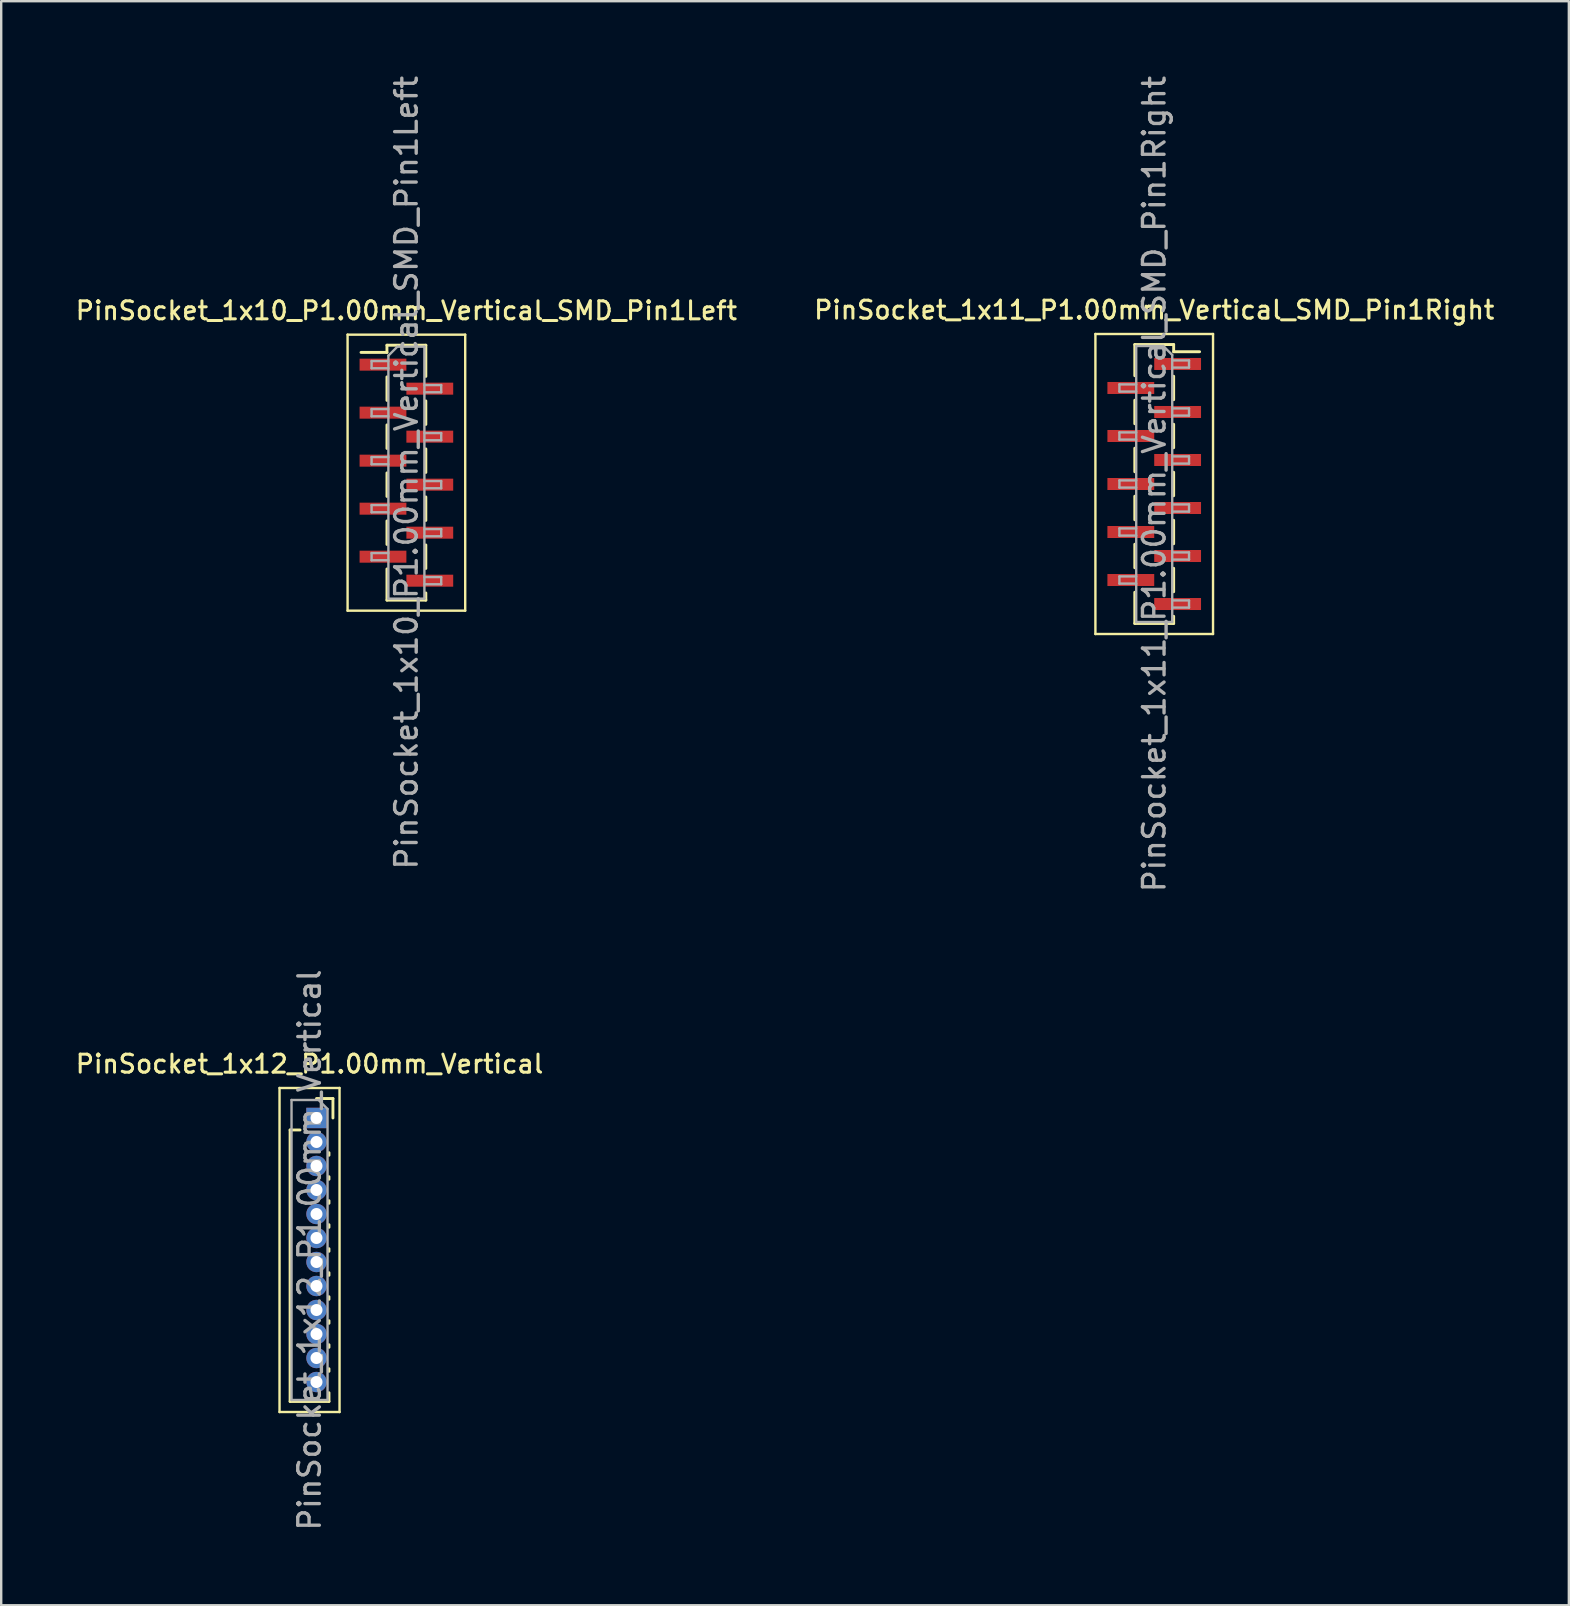
<source format=kicad_pcb>
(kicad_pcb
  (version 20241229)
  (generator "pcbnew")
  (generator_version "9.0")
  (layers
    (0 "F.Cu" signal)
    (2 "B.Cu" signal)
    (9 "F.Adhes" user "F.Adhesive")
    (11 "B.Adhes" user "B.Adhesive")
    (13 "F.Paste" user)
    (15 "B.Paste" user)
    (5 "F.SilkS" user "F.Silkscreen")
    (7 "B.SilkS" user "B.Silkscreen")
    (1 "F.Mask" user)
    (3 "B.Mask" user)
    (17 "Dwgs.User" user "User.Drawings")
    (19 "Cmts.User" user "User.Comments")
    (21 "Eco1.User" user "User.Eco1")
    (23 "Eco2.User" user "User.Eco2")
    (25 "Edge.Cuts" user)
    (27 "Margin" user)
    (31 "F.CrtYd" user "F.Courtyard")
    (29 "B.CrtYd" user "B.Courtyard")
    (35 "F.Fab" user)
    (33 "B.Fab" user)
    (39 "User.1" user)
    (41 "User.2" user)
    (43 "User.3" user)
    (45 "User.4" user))
  (footprint "PinSocket_1x11_P1.00mm_Vertical_SMD_Pin1Right"
    (layer "F.Cu")
    (at 45.034 17.113)
    (property "Reference" "PinSocket_1x11_P1.00mm_Vertical_SMD_Pin1Right" (at 0 -7.25 0) (layer "F.SilkS") (effects (font (size 0.75 0.75) (thickness 0.125))))
    (attr smd)
    (fp_line (start -2.45 -6.25) (end 2.45 -6.25) (stroke (width 0.1) (type solid)) (layer "F.SilkS"))
    (fp_line (start -2.45 6.25) (end -2.45 -6.25) (stroke (width 0.1) (type solid)) (layer "F.SilkS"))
    (fp_line (start -0.81 -5.81) (end -0.81 -4.51) (stroke (width 0.12) (type solid)) (layer "F.SilkS"))
    (fp_line (start -0.81 -5.81) (end 0.81 -5.81) (stroke (width 0.12) (type solid)) (layer "F.SilkS"))
    (fp_line (start -0.81 -3.49) (end -0.81 -2.51) (stroke (width 0.12) (type solid)) (layer "F.SilkS"))
    (fp_line (start -0.81 -1.49) (end -0.81 -0.51) (stroke (width 0.12) (type solid)) (layer "F.SilkS"))
    (fp_line (start -0.81 0.51) (end -0.81 1.49) (stroke (width 0.12) (type solid)) (layer "F.SilkS"))
    (fp_line (start -0.81 2.51) (end -0.81 3.49) (stroke (width 0.12) (type solid)) (layer "F.SilkS"))
    (fp_line (start -0.81 4.51) (end -0.81 5.81) (stroke (width 0.12) (type solid)) (layer "F.SilkS"))
    (fp_line (start -0.81 5.81) (end 0.81 5.81) (stroke (width 0.12) (type solid)) (layer "F.SilkS"))
    (fp_line (start 0.81 -5.81) (end 0.81 -5.51) (stroke (width 0.12) (type solid)) (layer "F.SilkS"))
    (fp_line (start 0.81 -5.51) (end 1.89 -5.51) (stroke (width 0.12) (type solid)) (layer "F.SilkS"))
    (fp_line (start 0.81 -4.49) (end 0.81 -3.51) (stroke (width 0.12) (type solid)) (layer "F.SilkS"))
    (fp_line (start 0.81 -2.49) (end 0.81 -1.51) (stroke (width 0.12) (type solid)) (layer "F.SilkS"))
    (fp_line (start 0.81 -0.49) (end 0.81 0.49) (stroke (width 0.12) (type solid)) (layer "F.SilkS"))
    (fp_line (start 0.81 1.51) (end 0.81 2.49) (stroke (width 0.12) (type solid)) (layer "F.SilkS"))
    (fp_line (start 0.81 3.51) (end 0.81 4.49) (stroke (width 0.12) (type solid)) (layer "F.SilkS"))
    (fp_line (start 0.81 5.51) (end 0.81 5.81) (stroke (width 0.12) (type solid)) (layer "F.SilkS"))
    (fp_line (start 2.45 -6.25) (end 2.45 6.25) (stroke (width 0.1) (type solid)) (layer "F.SilkS"))
    (fp_line (start 2.45 6.25) (end -2.45 6.25) (stroke (width 0.1) (type solid)) (layer "F.SilkS"))
    (fp_line (start -1.45 -4.15) (end -0.75 -4.15) (stroke (width 0.1) (type solid)) (layer "F.Fab"))
    (fp_line (start -1.45 -3.85) (end -1.45 -4.15) (stroke (width 0.1) (type solid)) (layer "F.Fab"))
    (fp_line (start -1.45 -2.15) (end -0.75 -2.15) (stroke (width 0.1) (type solid)) (layer "F.Fab"))
    (fp_line (start -1.45 -1.85) (end -1.45 -2.15) (stroke (width 0.1) (type solid)) (layer "F.Fab"))
    (fp_line (start -1.45 -0.15) (end -0.75 -0.15) (stroke (width 0.1) (type solid)) (layer "F.Fab"))
    (fp_line (start -1.45 0.15) (end -1.45 -0.15) (stroke (width 0.1) (type solid)) (layer "F.Fab"))
    (fp_line (start -1.45 1.85) (end -0.75 1.85) (stroke (width 0.1) (type solid)) (layer "F.Fab"))
    (fp_line (start -1.45 2.15) (end -1.45 1.85) (stroke (width 0.1) (type solid)) (layer "F.Fab"))
    (fp_line (start -1.45 3.85) (end -0.75 3.85) (stroke (width 0.1) (type solid)) (layer "F.Fab"))
    (fp_line (start -1.45 4.15) (end -1.45 3.85) (stroke (width 0.1) (type solid)) (layer "F.Fab"))
    (fp_line (start -0.75 -5.75) (end 0.375 -5.75) (stroke (width 0.1) (type solid)) (layer "F.Fab"))
    (fp_line (start -0.75 -3.85) (end -1.45 -3.85) (stroke (width 0.1) (type solid)) (layer "F.Fab"))
    (fp_line (start -0.75 -1.85) (end -1.45 -1.85) (stroke (width 0.1) (type solid)) (layer "F.Fab"))
    (fp_line (start -0.75 0.15) (end -1.45 0.15) (stroke (width 0.1) (type solid)) (layer "F.Fab"))
    (fp_line (start -0.75 2.15) (end -1.45 2.15) (stroke (width 0.1) (type solid)) (layer "F.Fab"))
    (fp_line (start -0.75 4.15) (end -1.45 4.15) (stroke (width 0.1) (type solid)) (layer "F.Fab"))
    (fp_line (start -0.75 5.75) (end -0.75 -5.75) (stroke (width 0.1) (type solid)) (layer "F.Fab"))
    (fp_line (start 0.375 -5.75) (end 0.75 -5.375) (stroke (width 0.1) (type solid)) (layer "F.Fab"))
    (fp_line (start 0.75 -5.375) (end 0.75 5.75) (stroke (width 0.1) (type solid)) (layer "F.Fab"))
    (fp_line (start 0.75 -5.15) (end 1.45 -5.15) (stroke (width 0.1) (type solid)) (layer "F.Fab"))
    (fp_line (start 0.75 -3.15) (end 1.45 -3.15) (stroke (width 0.1) (type solid)) (layer "F.Fab"))
    (fp_line (start 0.75 -1.15) (end 1.45 -1.15) (stroke (width 0.1) (type solid)) (layer "F.Fab"))
    (fp_line (start 0.75 0.85) (end 1.45 0.85) (stroke (width 0.1) (type solid)) (layer "F.Fab"))
    (fp_line (start 0.75 2.85) (end 1.45 2.85) (stroke (width 0.1) (type solid)) (layer "F.Fab"))
    (fp_line (start 0.75 4.85) (end 1.45 4.85) (stroke (width 0.1) (type solid)) (layer "F.Fab"))
    (fp_line (start 0.75 5.75) (end -0.75 5.75) (stroke (width 0.1) (type solid)) (layer "F.Fab"))
    (fp_line (start 1.45 -5.15) (end 1.45 -4.85) (stroke (width 0.1) (type solid)) (layer "F.Fab"))
    (fp_line (start 1.45 -4.85) (end 0.75 -4.85) (stroke (width 0.1) (type solid)) (layer "F.Fab"))
    (fp_line (start 1.45 -3.15) (end 1.45 -2.85) (stroke (width 0.1) (type solid)) (layer "F.Fab"))
    (fp_line (start 1.45 -2.85) (end 0.75 -2.85) (stroke (width 0.1) (type solid)) (layer "F.Fab"))
    (fp_line (start 1.45 -1.15) (end 1.45 -0.85) (stroke (width 0.1) (type solid)) (layer "F.Fab"))
    (fp_line (start 1.45 -0.85) (end 0.75 -0.85) (stroke (width 0.1) (type solid)) (layer "F.Fab"))
    (fp_line (start 1.45 0.85) (end 1.45 1.15) (stroke (width 0.1) (type solid)) (layer "F.Fab"))
    (fp_line (start 1.45 1.15) (end 0.75 1.15) (stroke (width 0.1) (type solid)) (layer "F.Fab"))
    (fp_line (start 1.45 2.85) (end 1.45 3.15) (stroke (width 0.1) (type solid)) (layer "F.Fab"))
    (fp_line (start 1.45 3.15) (end 0.75 3.15) (stroke (width 0.1) (type solid)) (layer "F.Fab"))
    (fp_line (start 1.45 4.85) (end 1.45 5.15) (stroke (width 0.1) (type solid)) (layer "F.Fab"))
    (fp_line (start 1.45 5.15) (end 0.75 5.15) (stroke (width 0.1) (type solid)) (layer "F.Fab"))
    (fp_text user "${REFERENCE}" (at 0 0 90) (layer "F.Fab") (effects (font (size 0.9 0.9) (thickness 0.14))))
    (pad "1" smd rect (at 0.975 -5) (size 1.95 0.5) (layers "F.Cu" "F.Mask" "F.Paste"))
    (pad "2" smd rect (at -0.975 -4) (size 1.95 0.5) (layers "F.Cu" "F.Mask" "F.Paste"))
    (pad "3" smd rect (at 0.975 -3) (size 1.95 0.5) (layers "F.Cu" "F.Mask" "F.Paste"))
    (pad "4" smd rect (at -0.975 -2) (size 1.95 0.5) (layers "F.Cu" "F.Mask" "F.Paste"))
    (pad "5" smd rect (at 0.975 -1) (size 1.95 0.5) (layers "F.Cu" "F.Mask" "F.Paste"))
    (pad "6" smd rect (at -0.975 0) (size 1.95 0.5) (layers "F.Cu" "F.Mask" "F.Paste"))
    (pad "7" smd rect (at 0.975 1) (size 1.95 0.5) (layers "F.Cu" "F.Mask" "F.Paste"))
    (pad "8" smd rect (at -0.975 2) (size 1.95 0.5) (layers "F.Cu" "F.Mask" "F.Paste"))
    (pad "9" smd rect (at 0.975 3) (size 1.95 0.5) (layers "F.Cu" "F.Mask" "F.Paste"))
    (pad "10" smd rect (at -0.975 4) (size 1.95 0.5) (layers "F.Cu" "F.Mask" "F.Paste"))
    (pad "11" smd rect (at 0.975 5) (size 1.95 0.5) (layers "F.Cu" "F.Mask" "F.Paste")))
  (footprint "PinSocket_1x10_P1.00mm_Vertical_SMD_Pin1Left"
    (layer "F.Cu")
    (at 13.88 16.641)
    (property "Reference" "PinSocket_1x10_P1.00mm_Vertical_SMD_Pin1Left" (at 0 -6.75 0) (layer "F.SilkS") (effects (font (size 0.75 0.75) (thickness 0.125))))
    (attr smd)
    (fp_line (start -2.45 -5.75) (end 2.45 -5.75) (stroke (width 0.1) (type solid)) (layer "F.SilkS"))
    (fp_line (start -2.45 5.75) (end -2.45 -5.75) (stroke (width 0.1) (type solid)) (layer "F.SilkS"))
    (fp_line (start -1.89 -5.01) (end -0.81 -5.01) (stroke (width 0.12) (type solid)) (layer "F.SilkS"))
    (fp_line (start -0.81 -5.31) (end -0.81 -5.01) (stroke (width 0.12) (type solid)) (layer "F.SilkS"))
    (fp_line (start -0.81 -5.31) (end 0.81 -5.31) (stroke (width 0.12) (type solid)) (layer "F.SilkS"))
    (fp_line (start -0.81 -3.99) (end -0.81 -3.01) (stroke (width 0.12) (type solid)) (layer "F.SilkS"))
    (fp_line (start -0.81 -1.99) (end -0.81 -1.01) (stroke (width 0.12) (type solid)) (layer "F.SilkS"))
    (fp_line (start -0.81 0.01) (end -0.81 0.99) (stroke (width 0.12) (type solid)) (layer "F.SilkS"))
    (fp_line (start -0.81 2.01) (end -0.81 2.99) (stroke (width 0.12) (type solid)) (layer "F.SilkS"))
    (fp_line (start -0.81 4.01) (end -0.81 5.31) (stroke (width 0.12) (type solid)) (layer "F.SilkS"))
    (fp_line (start -0.81 5.31) (end 0.81 5.31) (stroke (width 0.12) (type solid)) (layer "F.SilkS"))
    (fp_line (start 0.81 -5.31) (end 0.81 -4.01) (stroke (width 0.12) (type solid)) (layer "F.SilkS"))
    (fp_line (start 0.81 -2.99) (end 0.81 -2.01) (stroke (width 0.12) (type solid)) (layer "F.SilkS"))
    (fp_line (start 0.81 -0.99) (end 0.81 -0.01) (stroke (width 0.12) (type solid)) (layer "F.SilkS"))
    (fp_line (start 0.81 1.01) (end 0.81 1.99) (stroke (width 0.12) (type solid)) (layer "F.SilkS"))
    (fp_line (start 0.81 3.01) (end 0.81 3.99) (stroke (width 0.12) (type solid)) (layer "F.SilkS"))
    (fp_line (start 0.81 5.01) (end 0.81 5.31) (stroke (width 0.12) (type solid)) (layer "F.SilkS"))
    (fp_line (start 2.45 -5.75) (end 2.45 5.75) (stroke (width 0.1) (type solid)) (layer "F.SilkS"))
    (fp_line (start 2.45 5.75) (end -2.45 5.75) (stroke (width 0.1) (type solid)) (layer "F.SilkS"))
    (fp_line (start -1.45 -4.65) (end -0.75 -4.65) (stroke (width 0.1) (type solid)) (layer "F.Fab"))
    (fp_line (start -1.45 -4.35) (end -1.45 -4.65) (stroke (width 0.1) (type solid)) (layer "F.Fab"))
    (fp_line (start -1.45 -2.65) (end -0.75 -2.65) (stroke (width 0.1) (type solid)) (layer "F.Fab"))
    (fp_line (start -1.45 -2.35) (end -1.45 -2.65) (stroke (width 0.1) (type solid)) (layer "F.Fab"))
    (fp_line (start -1.45 -0.65) (end -0.75 -0.65) (stroke (width 0.1) (type solid)) (layer "F.Fab"))
    (fp_line (start -1.45 -0.35) (end -1.45 -0.65) (stroke (width 0.1) (type solid)) (layer "F.Fab"))
    (fp_line (start -1.45 1.35) (end -0.75 1.35) (stroke (width 0.1) (type solid)) (layer "F.Fab"))
    (fp_line (start -1.45 1.65) (end -1.45 1.35) (stroke (width 0.1) (type solid)) (layer "F.Fab"))
    (fp_line (start -1.45 3.35) (end -0.75 3.35) (stroke (width 0.1) (type solid)) (layer "F.Fab"))
    (fp_line (start -1.45 3.65) (end -1.45 3.35) (stroke (width 0.1) (type solid)) (layer "F.Fab"))
    (fp_line (start -0.75 -4.875) (end -0.375 -5.25) (stroke (width 0.1) (type solid)) (layer "F.Fab"))
    (fp_line (start -0.75 -4.35) (end -1.45 -4.35) (stroke (width 0.1) (type solid)) (layer "F.Fab"))
    (fp_line (start -0.75 -2.35) (end -1.45 -2.35) (stroke (width 0.1) (type solid)) (layer "F.Fab"))
    (fp_line (start -0.75 -0.35) (end -1.45 -0.35) (stroke (width 0.1) (type solid)) (layer "F.Fab"))
    (fp_line (start -0.75 1.65) (end -1.45 1.65) (stroke (width 0.1) (type solid)) (layer "F.Fab"))
    (fp_line (start -0.75 3.65) (end -1.45 3.65) (stroke (width 0.1) (type solid)) (layer "F.Fab"))
    (fp_line (start -0.75 5.25) (end -0.75 -4.875) (stroke (width 0.1) (type solid)) (layer "F.Fab"))
    (fp_line (start -0.375 -5.25) (end 0.75 -5.25) (stroke (width 0.1) (type solid)) (layer "F.Fab"))
    (fp_line (start 0.75 -5.25) (end 0.75 5.25) (stroke (width 0.1) (type solid)) (layer "F.Fab"))
    (fp_line (start 0.75 -3.65) (end 1.45 -3.65) (stroke (width 0.1) (type solid)) (layer "F.Fab"))
    (fp_line (start 0.75 -1.65) (end 1.45 -1.65) (stroke (width 0.1) (type solid)) (layer "F.Fab"))
    (fp_line (start 0.75 0.35) (end 1.45 0.35) (stroke (width 0.1) (type solid)) (layer "F.Fab"))
    (fp_line (start 0.75 2.35) (end 1.45 2.35) (stroke (width 0.1) (type solid)) (layer "F.Fab"))
    (fp_line (start 0.75 4.35) (end 1.45 4.35) (stroke (width 0.1) (type solid)) (layer "F.Fab"))
    (fp_line (start 0.75 5.25) (end -0.75 5.25) (stroke (width 0.1) (type solid)) (layer "F.Fab"))
    (fp_line (start 1.45 -3.65) (end 1.45 -3.35) (stroke (width 0.1) (type solid)) (layer "F.Fab"))
    (fp_line (start 1.45 -3.35) (end 0.75 -3.35) (stroke (width 0.1) (type solid)) (layer "F.Fab"))
    (fp_line (start 1.45 -1.65) (end 1.45 -1.35) (stroke (width 0.1) (type solid)) (layer "F.Fab"))
    (fp_line (start 1.45 -1.35) (end 0.75 -1.35) (stroke (width 0.1) (type solid)) (layer "F.Fab"))
    (fp_line (start 1.45 0.35) (end 1.45 0.65) (stroke (width 0.1) (type solid)) (layer "F.Fab"))
    (fp_line (start 1.45 0.65) (end 0.75 0.65) (stroke (width 0.1) (type solid)) (layer "F.Fab"))
    (fp_line (start 1.45 2.35) (end 1.45 2.65) (stroke (width 0.1) (type solid)) (layer "F.Fab"))
    (fp_line (start 1.45 2.65) (end 0.75 2.65) (stroke (width 0.1) (type solid)) (layer "F.Fab"))
    (fp_line (start 1.45 4.35) (end 1.45 4.65) (stroke (width 0.1) (type solid)) (layer "F.Fab"))
    (fp_line (start 1.45 4.65) (end 0.75 4.65) (stroke (width 0.1) (type solid)) (layer "F.Fab"))
    (fp_text user "${REFERENCE}" (at 0 0 90) (layer "F.Fab") (effects (font (size 0.9 0.9) (thickness 0.14))))
    (pad "1" smd rect (at -0.975 -4.5) (size 1.95 0.5) (layers "F.Cu" "F.Mask" "F.Paste"))
    (pad "2" smd rect (at 0.975 -3.5) (size 1.95 0.5) (layers "F.Cu" "F.Mask" "F.Paste"))
    (pad "3" smd rect (at -0.975 -2.5) (size 1.95 0.5) (layers "F.Cu" "F.Mask" "F.Paste"))
    (pad "4" smd rect (at 0.975 -1.5) (size 1.95 0.5) (layers "F.Cu" "F.Mask" "F.Paste"))
    (pad "5" smd rect (at -0.975 -0.5) (size 1.95 0.5) (layers "F.Cu" "F.Mask" "F.Paste"))
    (pad "6" smd rect (at 0.975 0.5) (size 1.95 0.5) (layers "F.Cu" "F.Mask" "F.Paste"))
    (pad "7" smd rect (at -0.975 1.5) (size 1.95 0.5) (layers "F.Cu" "F.Mask" "F.Paste"))
    (pad "8" smd rect (at 0.975 2.5) (size 1.95 0.5) (layers "F.Cu" "F.Mask" "F.Paste"))
    (pad "9" smd rect (at -0.975 3.5) (size 1.95 0.5) (layers "F.Cu" "F.Mask" "F.Paste"))
    (pad "10" smd rect (at 0.975 4.5) (size 1.95 0.5) (layers "F.Cu" "F.Mask" "F.Paste")))
  (footprint "PinSocket_1x12_P1.00mm_Vertical"
    (layer "F.Cu")
    (at 10.135 43.524)
    (property "Reference" "PinSocket_1x12_P1.00mm_Vertical" (at -0.29 -2.25 0) (layer "F.SilkS") (effects (font (size 0.75 0.75) (thickness 0.125))))
    (attr through_hole)
    (fp_line (start -1.54 -1.25) (end 0.96 -1.25) (stroke (width 0.1) (type solid)) (layer "F.SilkS"))
    (fp_line (start -1.54 12.25) (end -1.54 -1.25) (stroke (width 0.1) (type solid)) (layer "F.SilkS"))
    (fp_line (start -1.1 0.5) (end -1.1 11.81) (stroke (width 0.12) (type solid)) (layer "F.SilkS"))
    (fp_line (start -1.1 0.5) (end -0.685 0.5) (stroke (width 0.12) (type solid)) (layer "F.SilkS"))
    (fp_line (start -1.1 11.81) (end 0.52 11.81) (stroke (width 0.12) (type solid)) (layer "F.SilkS"))
    (fp_line (start 0 -0.81) (end 0.685 -0.81) (stroke (width 0.12) (type solid)) (layer "F.SilkS"))
    (fp_line (start 0.52 1.446) (end 0.52 1.554) (stroke (width 0.12) (type solid)) (layer "F.SilkS"))
    (fp_line (start 0.52 2.446) (end 0.52 2.554) (stroke (width 0.12) (type solid)) (layer "F.SilkS"))
    (fp_line (start 0.52 3.446) (end 0.52 3.554) (stroke (width 0.12) (type solid)) (layer "F.SilkS"))
    (fp_line (start 0.52 4.446) (end 0.52 4.554) (stroke (width 0.12) (type solid)) (layer "F.SilkS"))
    (fp_line (start 0.52 5.446) (end 0.52 5.554) (stroke (width 0.12) (type solid)) (layer "F.SilkS"))
    (fp_line (start 0.52 6.446) (end 0.52 6.554) (stroke (width 0.12) (type solid)) (layer "F.SilkS"))
    (fp_line (start 0.52 7.446) (end 0.52 7.554) (stroke (width 0.12) (type solid)) (layer "F.SilkS"))
    (fp_line (start 0.52 8.446) (end 0.52 8.554) (stroke (width 0.12) (type solid)) (layer "F.SilkS"))
    (fp_line (start 0.52 9.446) (end 0.52 9.554) (stroke (width 0.12) (type solid)) (layer "F.SilkS"))
    (fp_line (start 0.52 10.446) (end 0.52 10.554) (stroke (width 0.12) (type solid)) (layer "F.SilkS"))
    (fp_line (start 0.52 11.446) (end 0.52 11.81) (stroke (width 0.12) (type solid)) (layer "F.SilkS"))
    (fp_line (start 0.685 -0.81) (end 0.685 0) (stroke (width 0.12) (type solid)) (layer "F.SilkS"))
    (fp_line (start 0.96 -1.25) (end 0.96 12.25) (stroke (width 0.1) (type solid)) (layer "F.SilkS"))
    (fp_line (start 0.96 12.25) (end -1.54 12.25) (stroke (width 0.1) (type solid)) (layer "F.SilkS"))
    (fp_line (start -1.04 -0.75) (end 0.085 -0.75) (stroke (width 0.1) (type solid)) (layer "F.Fab"))
    (fp_line (start -1.04 11.75) (end -1.04 -0.75) (stroke (width 0.1) (type solid)) (layer "F.Fab"))
    (fp_line (start 0.085 -0.75) (end 0.46 -0.375) (stroke (width 0.1) (type solid)) (layer "F.Fab"))
    (fp_line (start 0.46 -0.375) (end 0.46 11.75) (stroke (width 0.1) (type solid)) (layer "F.Fab"))
    (fp_line (start 0.46 11.75) (end -1.04 11.75) (stroke (width 0.1) (type solid)) (layer "F.Fab"))
    (fp_text user "${REFERENCE}" (at -0.29 5.5 90) (layer "F.Fab") (effects (font (size 0.9 0.9) (thickness 0.14))))
    (pad "1" thru_hole rect (at 0 0) (size 0.85 0.85) (drill 0.5) (layers "*.Cu" "*.Mask"))
    (pad "2" thru_hole oval (at 0 1) (size 0.85 0.85) (drill 0.5) (layers "*.Cu" "*.Mask"))
    (pad "3" thru_hole oval (at 0 2) (size 0.85 0.85) (drill 0.5) (layers "*.Cu" "*.Mask"))
    (pad "4" thru_hole oval (at 0 3) (size 0.85 0.85) (drill 0.5) (layers "*.Cu" "*.Mask"))
    (pad "5" thru_hole oval (at 0 4) (size 0.85 0.85) (drill 0.5) (layers "*.Cu" "*.Mask"))
    (pad "6" thru_hole oval (at 0 5) (size 0.85 0.85) (drill 0.5) (layers "*.Cu" "*.Mask"))
    (pad "7" thru_hole oval (at 0 6) (size 0.85 0.85) (drill 0.5) (layers "*.Cu" "*.Mask"))
    (pad "8" thru_hole oval (at 0 7) (size 0.85 0.85) (drill 0.5) (layers "*.Cu" "*.Mask"))
    (pad "9" thru_hole oval (at 0 8) (size 0.85 0.85) (drill 0.5) (layers "*.Cu" "*.Mask"))
    (pad "10" thru_hole oval (at 0 9) (size 0.85 0.85) (drill 0.5) (layers "*.Cu" "*.Mask"))
    (pad "11" thru_hole oval (at 0 10) (size 0.85 0.85) (drill 0.5) (layers "*.Cu" "*.Mask"))
    (pad "12" thru_hole oval (at 0 11) (size 0.85 0.85) (drill 0.5) (layers "*.Cu" "*.Mask")))
  (gr_rect
    (start -3 -3)
    (end 62.307 63.823)
    (stroke (width 0.1) (type default))
    (fill no)
    (layer "Edge.Cuts")))
</source>
